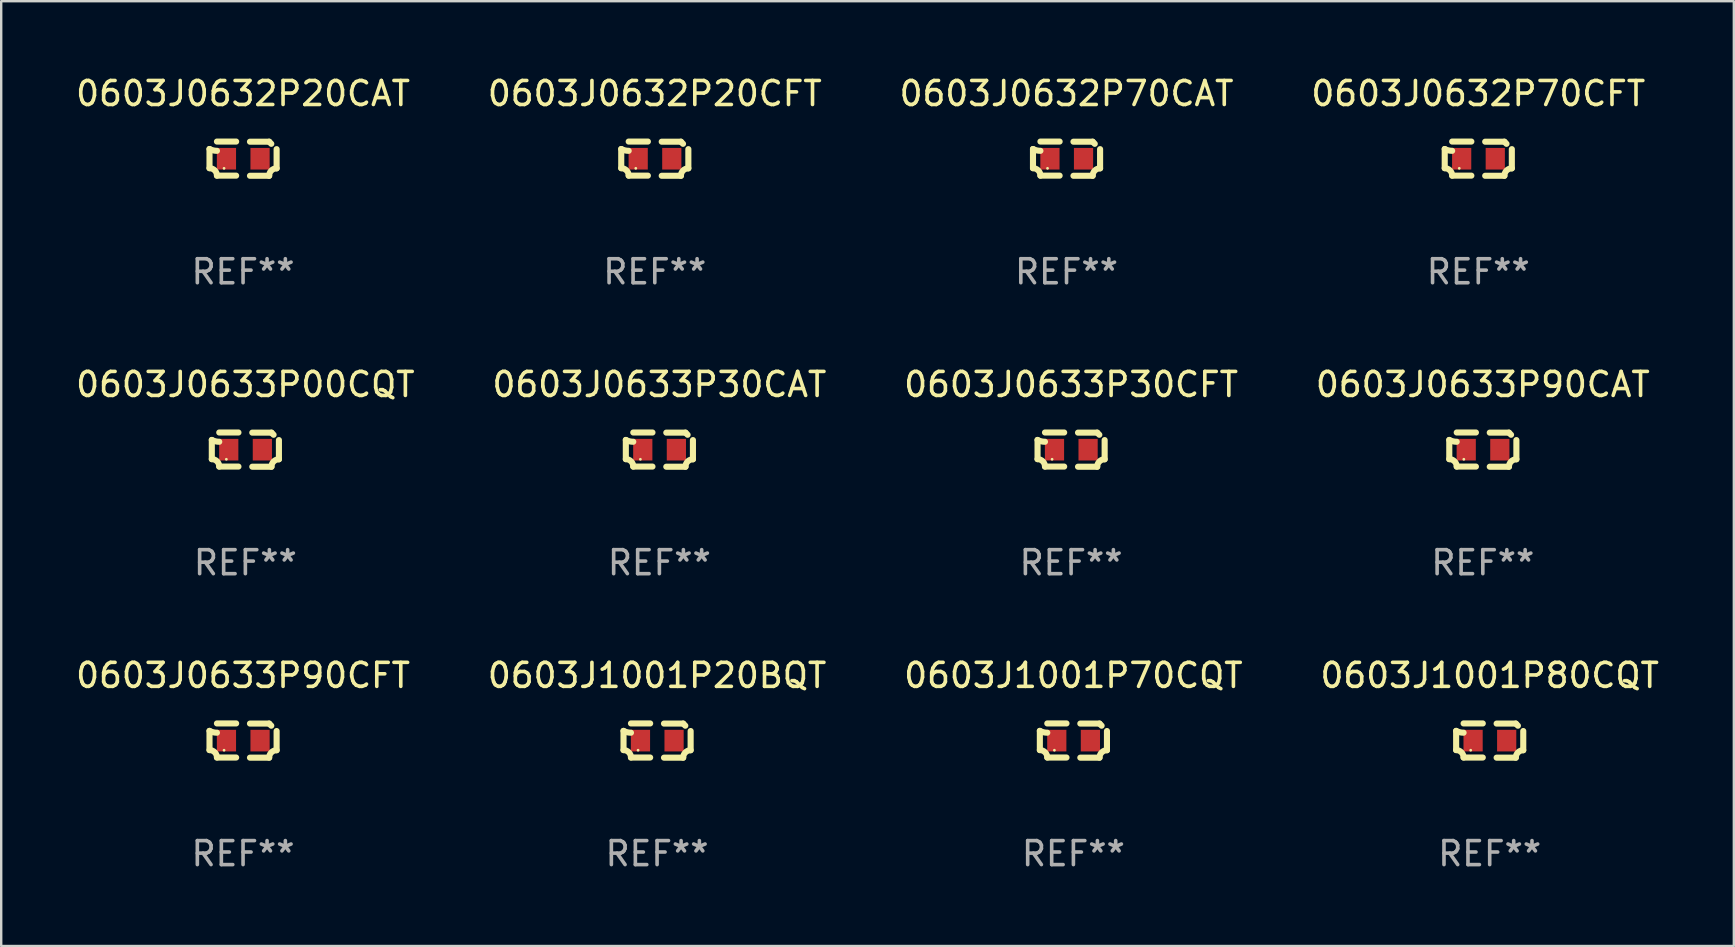
<source format=kicad_pcb>
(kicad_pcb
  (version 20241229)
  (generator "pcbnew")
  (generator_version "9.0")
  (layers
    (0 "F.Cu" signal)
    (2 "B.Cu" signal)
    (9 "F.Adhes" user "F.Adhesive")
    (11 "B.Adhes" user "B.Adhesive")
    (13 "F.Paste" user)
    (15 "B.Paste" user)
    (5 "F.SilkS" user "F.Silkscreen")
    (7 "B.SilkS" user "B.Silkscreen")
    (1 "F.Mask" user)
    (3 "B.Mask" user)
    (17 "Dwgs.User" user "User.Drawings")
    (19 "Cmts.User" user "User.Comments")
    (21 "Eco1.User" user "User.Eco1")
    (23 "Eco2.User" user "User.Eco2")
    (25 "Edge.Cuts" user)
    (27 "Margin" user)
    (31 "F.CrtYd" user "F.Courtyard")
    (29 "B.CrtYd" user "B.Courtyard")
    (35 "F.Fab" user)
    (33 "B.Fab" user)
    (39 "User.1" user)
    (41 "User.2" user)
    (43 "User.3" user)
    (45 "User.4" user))
  (footprint "0603J0633P90CFT"
    (layer "F.Cu")
    (at 7.077 27.805)
    (property "Reference" "0603J0633P90CFT" (at 0 -2.713 0) (layer "F.SilkS") (effects (font (size 1 1) (thickness 0.15))))
    (attr through_hole)
    (fp_line (start -1.398 -0.403) (end -1.398 0.397) (stroke (width 0.254) (type solid)) (layer "F.SilkS"))
    (fp_line (start -0.288 -0.713) (end -1.088 -0.713) (stroke (width 0.254) (type solid)) (layer "F.SilkS"))
    (fp_line (start -0.288 0.707) (end -1.088 0.707) (stroke (width 0.254) (type solid)) (layer "F.SilkS"))
    (fp_line (start 0.288 -0.707) (end 1.088 -0.707) (stroke (width 0.254) (type solid)) (layer "F.SilkS"))
    (fp_line (start 0.288 0.713) (end 1.088 0.713) (stroke (width 0.254) (type solid)) (layer "F.SilkS"))
    (fp_line (start 1.398 -0.397) (end 1.398 0.403) (stroke (width 0.254) (type solid)) (layer "F.SilkS"))
    (fp_arc (start -1.397789 0.397066) (mid -1.178701 0.487826) (end -1.08796 0.706922) (stroke (width 0.254001) (type solid)) (layer "F.SilkS"))
    (fp_arc (start -1.08796 -0.327176) (mid -1.247436 -0.346384) (end -1.39779 -0.402908) (stroke (width 0.254001) (type solid)) (layer "F.SilkS"))
    (fp_arc (start 1.087909 0.712738) (mid 1.178656 0.493655) (end 1.397739 0.402908) (stroke (width 0.254001) (type solid)) (layer "F.SilkS"))
    (fp_arc (start 1.175925 -0.618926) (mid 1.131917 -0.662923) (end 1.08791 -0.706922) (stroke (width 0.254001) (type solid)) (layer "F.SilkS"))
    (fp_circle (center -0.792 0.403) (end -0.762 0.403) (stroke (width 0.06) (type solid)) (fill no) (layer "F.SilkS"))
    (fp_text user "REF**" (at 0 4.713 0) (layer "F.Fab") (effects (font (size 1 1) (thickness 0.15))))
    (pad "1" smd rect (at -0.692 0.003) (size 0.8 0.9) (layers "F.Cu" "F.Mask" "F.Paste"))
    (pad "2" smd rect (at 0.708 0.003) (size 0.8 0.9) (layers "F.Cu" "F.Mask" "F.Paste")))
  (footprint "0603J0632P70CAT"
    (layer "F.Cu")
    (at 41.387 3.561)
    (property "Reference" "0603J0632P70CAT" (at 0 -2.713 0) (layer "F.SilkS") (effects (font (size 1 1) (thickness 0.15))))
    (attr through_hole)
    (fp_line (start -1.398 -0.403) (end -1.398 0.397) (stroke (width 0.254) (type solid)) (layer "F.SilkS"))
    (fp_line (start -0.288 -0.713) (end -1.088 -0.713) (stroke (width 0.254) (type solid)) (layer "F.SilkS"))
    (fp_line (start -0.288 0.707) (end -1.088 0.707) (stroke (width 0.254) (type solid)) (layer "F.SilkS"))
    (fp_line (start 0.288 -0.707) (end 1.088 -0.707) (stroke (width 0.254) (type solid)) (layer "F.SilkS"))
    (fp_line (start 0.288 0.713) (end 1.088 0.713) (stroke (width 0.254) (type solid)) (layer "F.SilkS"))
    (fp_line (start 1.398 -0.397) (end 1.398 0.403) (stroke (width 0.254) (type solid)) (layer "F.SilkS"))
    (fp_arc (start -1.397789 0.397066) (mid -1.178701 0.487826) (end -1.08796 0.706922) (stroke (width 0.254001) (type solid)) (layer "F.SilkS"))
    (fp_arc (start -1.08796 -0.327176) (mid -1.247436 -0.346384) (end -1.39779 -0.402908) (stroke (width 0.254001) (type solid)) (layer "F.SilkS"))
    (fp_arc (start 1.087909 0.712738) (mid 1.178656 0.493655) (end 1.397739 0.402908) (stroke (width 0.254001) (type solid)) (layer "F.SilkS"))
    (fp_arc (start 1.175925 -0.618926) (mid 1.131917 -0.662923) (end 1.08791 -0.706922) (stroke (width 0.254001) (type solid)) (layer "F.SilkS"))
    (fp_circle (center -0.792 0.403) (end -0.762 0.403) (stroke (width 0.06) (type solid)) (fill no) (layer "F.SilkS"))
    (fp_text user "REF**" (at 0 4.713 0) (layer "F.Fab") (effects (font (size 1 1) (thickness 0.15))))
    (pad "1" smd rect (at -0.692 0.003) (size 0.8 0.9) (layers "F.Cu" "F.Mask" "F.Paste"))
    (pad "2" smd rect (at 0.708 0.003) (size 0.8 0.9) (layers "F.Cu" "F.Mask" "F.Paste")))
  (footprint "0603J1001P80CQT"
    (layer "F.Cu")
    (at 59.018 27.805)
    (property "Reference" "0603J1001P80CQT" (at 0 -2.713 0) (layer "F.SilkS") (effects (font (size 1 1) (thickness 0.15))))
    (attr through_hole)
    (fp_line (start -1.398 -0.403) (end -1.398 0.397) (stroke (width 0.254) (type solid)) (layer "F.SilkS"))
    (fp_line (start -0.288 -0.713) (end -1.088 -0.713) (stroke (width 0.254) (type solid)) (layer "F.SilkS"))
    (fp_line (start -0.288 0.707) (end -1.088 0.707) (stroke (width 0.254) (type solid)) (layer "F.SilkS"))
    (fp_line (start 0.288 -0.707) (end 1.088 -0.707) (stroke (width 0.254) (type solid)) (layer "F.SilkS"))
    (fp_line (start 0.288 0.713) (end 1.088 0.713) (stroke (width 0.254) (type solid)) (layer "F.SilkS"))
    (fp_line (start 1.398 -0.397) (end 1.398 0.403) (stroke (width 0.254) (type solid)) (layer "F.SilkS"))
    (fp_arc (start -1.397789 0.397066) (mid -1.178701 0.487826) (end -1.08796 0.706922) (stroke (width 0.254001) (type solid)) (layer "F.SilkS"))
    (fp_arc (start -1.08796 -0.327176) (mid -1.247436 -0.346384) (end -1.39779 -0.402908) (stroke (width 0.254001) (type solid)) (layer "F.SilkS"))
    (fp_arc (start 1.087909 0.712738) (mid 1.178656 0.493655) (end 1.397739 0.402908) (stroke (width 0.254001) (type solid)) (layer "F.SilkS"))
    (fp_arc (start 1.175925 -0.618926) (mid 1.131917 -0.662923) (end 1.08791 -0.706922) (stroke (width 0.254001) (type solid)) (layer "F.SilkS"))
    (fp_circle (center -0.792 0.403) (end -0.762 0.403) (stroke (width 0.06) (type solid)) (fill no) (layer "F.SilkS"))
    (fp_text user "REF**" (at 0 4.713 0) (layer "F.Fab") (effects (font (size 1 1) (thickness 0.15))))
    (pad "1" smd rect (at -0.692 0.003) (size 0.8 0.9) (layers "F.Cu" "F.Mask" "F.Paste"))
    (pad "2" smd rect (at 0.708 0.003) (size 0.8 0.9) (layers "F.Cu" "F.Mask" "F.Paste")))
  (footprint "0603J0632P20CFT"
    (layer "F.Cu")
    (at 24.232 3.561)
    (property "Reference" "0603J0632P20CFT" (at 0 -2.713 0) (layer "F.SilkS") (effects (font (size 1 1) (thickness 0.15))))
    (attr through_hole)
    (fp_line (start -1.398 -0.403) (end -1.398 0.397) (stroke (width 0.254) (type solid)) (layer "F.SilkS"))
    (fp_line (start -0.288 -0.713) (end -1.088 -0.713) (stroke (width 0.254) (type solid)) (layer "F.SilkS"))
    (fp_line (start -0.288 0.707) (end -1.088 0.707) (stroke (width 0.254) (type solid)) (layer "F.SilkS"))
    (fp_line (start 0.288 -0.707) (end 1.088 -0.707) (stroke (width 0.254) (type solid)) (layer "F.SilkS"))
    (fp_line (start 0.288 0.713) (end 1.088 0.713) (stroke (width 0.254) (type solid)) (layer "F.SilkS"))
    (fp_line (start 1.398 -0.397) (end 1.398 0.403) (stroke (width 0.254) (type solid)) (layer "F.SilkS"))
    (fp_arc (start -1.397789 0.397066) (mid -1.178701 0.487826) (end -1.08796 0.706922) (stroke (width 0.254001) (type solid)) (layer "F.SilkS"))
    (fp_arc (start -1.08796 -0.327176) (mid -1.247436 -0.346384) (end -1.39779 -0.402908) (stroke (width 0.254001) (type solid)) (layer "F.SilkS"))
    (fp_arc (start 1.087909 0.712738) (mid 1.178656 0.493655) (end 1.397739 0.402908) (stroke (width 0.254001) (type solid)) (layer "F.SilkS"))
    (fp_arc (start 1.175925 -0.618926) (mid 1.131917 -0.662923) (end 1.08791 -0.706922) (stroke (width 0.254001) (type solid)) (layer "F.SilkS"))
    (fp_circle (center -0.792 0.403) (end -0.762 0.403) (stroke (width 0.06) (type solid)) (fill no) (layer "F.SilkS"))
    (fp_text user "REF**" (at 0 4.713 0) (layer "F.Fab") (effects (font (size 1 1) (thickness 0.15))))
    (pad "1" smd rect (at -0.692 0.003) (size 0.8 0.9) (layers "F.Cu" "F.Mask" "F.Paste"))
    (pad "2" smd rect (at 0.708 0.003) (size 0.8 0.9) (layers "F.Cu" "F.Mask" "F.Paste")))
  (footprint "0603J1001P20BQT"
    (layer "F.Cu")
    (at 24.327 27.805)
    (property "Reference" "0603J1001P20BQT" (at 0 -2.713 0) (layer "F.SilkS") (effects (font (size 1 1) (thickness 0.15))))
    (attr through_hole)
    (fp_line (start -1.398 -0.403) (end -1.398 0.397) (stroke (width 0.254) (type solid)) (layer "F.SilkS"))
    (fp_line (start -0.288 -0.713) (end -1.088 -0.713) (stroke (width 0.254) (type solid)) (layer "F.SilkS"))
    (fp_line (start -0.288 0.707) (end -1.088 0.707) (stroke (width 0.254) (type solid)) (layer "F.SilkS"))
    (fp_line (start 0.288 -0.707) (end 1.088 -0.707) (stroke (width 0.254) (type solid)) (layer "F.SilkS"))
    (fp_line (start 0.288 0.713) (end 1.088 0.713) (stroke (width 0.254) (type solid)) (layer "F.SilkS"))
    (fp_line (start 1.398 -0.397) (end 1.398 0.403) (stroke (width 0.254) (type solid)) (layer "F.SilkS"))
    (fp_arc (start -1.397789 0.397066) (mid -1.178701 0.487826) (end -1.08796 0.706922) (stroke (width 0.254001) (type solid)) (layer "F.SilkS"))
    (fp_arc (start -1.08796 -0.327176) (mid -1.247436 -0.346384) (end -1.39779 -0.402908) (stroke (width 0.254001) (type solid)) (layer "F.SilkS"))
    (fp_arc (start 1.087909 0.712738) (mid 1.178656 0.493655) (end 1.397739 0.402908) (stroke (width 0.254001) (type solid)) (layer "F.SilkS"))
    (fp_arc (start 1.175925 -0.618926) (mid 1.131917 -0.662923) (end 1.08791 -0.706922) (stroke (width 0.254001) (type solid)) (layer "F.SilkS"))
    (fp_circle (center -0.792 0.403) (end -0.762 0.403) (stroke (width 0.06) (type solid)) (fill no) (layer "F.SilkS"))
    (fp_text user "REF**" (at 0 4.713 0) (layer "F.Fab") (effects (font (size 1 1) (thickness 0.15))))
    (pad "1" smd rect (at -0.692 0.003) (size 0.8 0.9) (layers "F.Cu" "F.Mask" "F.Paste"))
    (pad "2" smd rect (at 0.708 0.003) (size 0.8 0.9) (layers "F.Cu" "F.Mask" "F.Paste")))
  (footprint "0603J0633P00CQT"
    (layer "F.Cu")
    (at 7.173 15.683)
    (property "Reference" "0603J0633P00CQT" (at 0 -2.713 0) (layer "F.SilkS") (effects (font (size 1 1) (thickness 0.15))))
    (attr through_hole)
    (fp_line (start -1.398 -0.403) (end -1.398 0.397) (stroke (width 0.254) (type solid)) (layer "F.SilkS"))
    (fp_line (start -0.288 -0.713) (end -1.088 -0.713) (stroke (width 0.254) (type solid)) (layer "F.SilkS"))
    (fp_line (start -0.288 0.707) (end -1.088 0.707) (stroke (width 0.254) (type solid)) (layer "F.SilkS"))
    (fp_line (start 0.288 -0.707) (end 1.088 -0.707) (stroke (width 0.254) (type solid)) (layer "F.SilkS"))
    (fp_line (start 0.288 0.713) (end 1.088 0.713) (stroke (width 0.254) (type solid)) (layer "F.SilkS"))
    (fp_line (start 1.398 -0.397) (end 1.398 0.403) (stroke (width 0.254) (type solid)) (layer "F.SilkS"))
    (fp_arc (start -1.397789 0.397066) (mid -1.178701 0.487826) (end -1.08796 0.706922) (stroke (width 0.254001) (type solid)) (layer "F.SilkS"))
    (fp_arc (start -1.08796 -0.327176) (mid -1.247436 -0.346384) (end -1.39779 -0.402908) (stroke (width 0.254001) (type solid)) (layer "F.SilkS"))
    (fp_arc (start 1.087909 0.712738) (mid 1.178656 0.493655) (end 1.397739 0.402908) (stroke (width 0.254001) (type solid)) (layer "F.SilkS"))
    (fp_arc (start 1.175925 -0.618926) (mid 1.131917 -0.662923) (end 1.08791 -0.706922) (stroke (width 0.254001) (type solid)) (layer "F.SilkS"))
    (fp_circle (center -0.792 0.403) (end -0.762 0.403) (stroke (width 0.06) (type solid)) (fill no) (layer "F.SilkS"))
    (fp_text user "REF**" (at 0 4.713 0) (layer "F.Fab") (effects (font (size 1 1) (thickness 0.15))))
    (pad "1" smd rect (at -0.692 0.003) (size 0.8 0.9) (layers "F.Cu" "F.Mask" "F.Paste"))
    (pad "2" smd rect (at 0.708 0.003) (size 0.8 0.9) (layers "F.Cu" "F.Mask" "F.Paste")))
  (footprint "0603J0633P90CAT"
    (layer "F.Cu")
    (at 58.732 15.683)
    (property "Reference" "0603J0633P90CAT" (at 0 -2.713 0) (layer "F.SilkS") (effects (font (size 1 1) (thickness 0.15))))
    (attr through_hole)
    (fp_line (start -1.398 -0.403) (end -1.398 0.397) (stroke (width 0.254) (type solid)) (layer "F.SilkS"))
    (fp_line (start -0.288 -0.713) (end -1.088 -0.713) (stroke (width 0.254) (type solid)) (layer "F.SilkS"))
    (fp_line (start -0.288 0.707) (end -1.088 0.707) (stroke (width 0.254) (type solid)) (layer "F.SilkS"))
    (fp_line (start 0.288 -0.707) (end 1.088 -0.707) (stroke (width 0.254) (type solid)) (layer "F.SilkS"))
    (fp_line (start 0.288 0.713) (end 1.088 0.713) (stroke (width 0.254) (type solid)) (layer "F.SilkS"))
    (fp_line (start 1.398 -0.397) (end 1.398 0.403) (stroke (width 0.254) (type solid)) (layer "F.SilkS"))
    (fp_arc (start -1.397789 0.397066) (mid -1.178701 0.487826) (end -1.08796 0.706922) (stroke (width 0.254001) (type solid)) (layer "F.SilkS"))
    (fp_arc (start -1.08796 -0.327176) (mid -1.247436 -0.346384) (end -1.39779 -0.402908) (stroke (width 0.254001) (type solid)) (layer "F.SilkS"))
    (fp_arc (start 1.087909 0.712738) (mid 1.178656 0.493655) (end 1.397739 0.402908) (stroke (width 0.254001) (type solid)) (layer "F.SilkS"))
    (fp_arc (start 1.175925 -0.618926) (mid 1.131917 -0.662923) (end 1.08791 -0.706922) (stroke (width 0.254001) (type solid)) (layer "F.SilkS"))
    (fp_circle (center -0.792 0.403) (end -0.762 0.403) (stroke (width 0.06) (type solid)) (fill no) (layer "F.SilkS"))
    (fp_text user "REF**" (at 0 4.713 0) (layer "F.Fab") (effects (font (size 1 1) (thickness 0.15))))
    (pad "1" smd rect (at -0.692 0.003) (size 0.8 0.9) (layers "F.Cu" "F.Mask" "F.Paste"))
    (pad "2" smd rect (at 0.708 0.003) (size 0.8 0.9) (layers "F.Cu" "F.Mask" "F.Paste")))
  (footprint "0603J0632P70CFT"
    (layer "F.Cu")
    (at 58.542 3.561)
    (property "Reference" "0603J0632P70CFT" (at 0 -2.713 0) (layer "F.SilkS") (effects (font (size 1 1) (thickness 0.15))))
    (attr through_hole)
    (fp_line (start -1.398 -0.403) (end -1.398 0.397) (stroke (width 0.254) (type solid)) (layer "F.SilkS"))
    (fp_line (start -0.288 -0.713) (end -1.088 -0.713) (stroke (width 0.254) (type solid)) (layer "F.SilkS"))
    (fp_line (start -0.288 0.707) (end -1.088 0.707) (stroke (width 0.254) (type solid)) (layer "F.SilkS"))
    (fp_line (start 0.288 -0.707) (end 1.088 -0.707) (stroke (width 0.254) (type solid)) (layer "F.SilkS"))
    (fp_line (start 0.288 0.713) (end 1.088 0.713) (stroke (width 0.254) (type solid)) (layer "F.SilkS"))
    (fp_line (start 1.398 -0.397) (end 1.398 0.403) (stroke (width 0.254) (type solid)) (layer "F.SilkS"))
    (fp_arc (start -1.397789 0.397066) (mid -1.178701 0.487826) (end -1.08796 0.706922) (stroke (width 0.254001) (type solid)) (layer "F.SilkS"))
    (fp_arc (start -1.08796 -0.327176) (mid -1.247436 -0.346384) (end -1.39779 -0.402908) (stroke (width 0.254001) (type solid)) (layer "F.SilkS"))
    (fp_arc (start 1.087909 0.712738) (mid 1.178656 0.493655) (end 1.397739 0.402908) (stroke (width 0.254001) (type solid)) (layer "F.SilkS"))
    (fp_arc (start 1.175925 -0.618926) (mid 1.131917 -0.662923) (end 1.08791 -0.706922) (stroke (width 0.254001) (type solid)) (layer "F.SilkS"))
    (fp_circle (center -0.792 0.403) (end -0.762 0.403) (stroke (width 0.06) (type solid)) (fill no) (layer "F.SilkS"))
    (fp_text user "REF**" (at 0 4.713 0) (layer "F.Fab") (effects (font (size 1 1) (thickness 0.15))))
    (pad "1" smd rect (at -0.692 0.003) (size 0.8 0.9) (layers "F.Cu" "F.Mask" "F.Paste"))
    (pad "2" smd rect (at 0.708 0.003) (size 0.8 0.9) (layers "F.Cu" "F.Mask" "F.Paste")))
  (footprint "0603J0632P20CAT"
    (layer "F.Cu")
    (at 7.077 3.561)
    (property "Reference" "0603J0632P20CAT" (at 0 -2.713 0) (layer "F.SilkS") (effects (font (size 1 1) (thickness 0.15))))
    (attr through_hole)
    (fp_line (start -1.398 -0.403) (end -1.398 0.397) (stroke (width 0.254) (type solid)) (layer "F.SilkS"))
    (fp_line (start -0.288 -0.713) (end -1.088 -0.713) (stroke (width 0.254) (type solid)) (layer "F.SilkS"))
    (fp_line (start -0.288 0.707) (end -1.088 0.707) (stroke (width 0.254) (type solid)) (layer "F.SilkS"))
    (fp_line (start 0.288 -0.707) (end 1.088 -0.707) (stroke (width 0.254) (type solid)) (layer "F.SilkS"))
    (fp_line (start 0.288 0.713) (end 1.088 0.713) (stroke (width 0.254) (type solid)) (layer "F.SilkS"))
    (fp_line (start 1.398 -0.397) (end 1.398 0.403) (stroke (width 0.254) (type solid)) (layer "F.SilkS"))
    (fp_arc (start -1.397789 0.397066) (mid -1.178701 0.487826) (end -1.08796 0.706922) (stroke (width 0.254001) (type solid)) (layer "F.SilkS"))
    (fp_arc (start -1.08796 -0.327176) (mid -1.247436 -0.346384) (end -1.39779 -0.402908) (stroke (width 0.254001) (type solid)) (layer "F.SilkS"))
    (fp_arc (start 1.087909 0.712738) (mid 1.178656 0.493655) (end 1.397739 0.402908) (stroke (width 0.254001) (type solid)) (layer "F.SilkS"))
    (fp_arc (start 1.175925 -0.618926) (mid 1.131917 -0.662923) (end 1.08791 -0.706922) (stroke (width 0.254001) (type solid)) (layer "F.SilkS"))
    (fp_circle (center -0.792 0.403) (end -0.762 0.403) (stroke (width 0.06) (type solid)) (fill no) (layer "F.SilkS"))
    (fp_text user "REF**" (at 0 4.713 0) (layer "F.Fab") (effects (font (size 1 1) (thickness 0.15))))
    (pad "1" smd rect (at -0.692 0.003) (size 0.8 0.9) (layers "F.Cu" "F.Mask" "F.Paste"))
    (pad "2" smd rect (at 0.708 0.003) (size 0.8 0.9) (layers "F.Cu" "F.Mask" "F.Paste")))
  (footprint "0603J0633P30CFT"
    (layer "F.Cu")
    (at 41.577 15.683)
    (property "Reference" "0603J0633P30CFT" (at 0 -2.713 0) (layer "F.SilkS") (effects (font (size 1 1) (thickness 0.15))))
    (attr through_hole)
    (fp_line (start -1.398 -0.403) (end -1.398 0.397) (stroke (width 0.254) (type solid)) (layer "F.SilkS"))
    (fp_line (start -0.288 -0.713) (end -1.088 -0.713) (stroke (width 0.254) (type solid)) (layer "F.SilkS"))
    (fp_line (start -0.288 0.707) (end -1.088 0.707) (stroke (width 0.254) (type solid)) (layer "F.SilkS"))
    (fp_line (start 0.288 -0.707) (end 1.088 -0.707) (stroke (width 0.254) (type solid)) (layer "F.SilkS"))
    (fp_line (start 0.288 0.713) (end 1.088 0.713) (stroke (width 0.254) (type solid)) (layer "F.SilkS"))
    (fp_line (start 1.398 -0.397) (end 1.398 0.403) (stroke (width 0.254) (type solid)) (layer "F.SilkS"))
    (fp_arc (start -1.397789 0.397066) (mid -1.178701 0.487826) (end -1.08796 0.706922) (stroke (width 0.254001) (type solid)) (layer "F.SilkS"))
    (fp_arc (start -1.08796 -0.327176) (mid -1.247436 -0.346384) (end -1.39779 -0.402908) (stroke (width 0.254001) (type solid)) (layer "F.SilkS"))
    (fp_arc (start 1.087909 0.712738) (mid 1.178656 0.493655) (end 1.397739 0.402908) (stroke (width 0.254001) (type solid)) (layer "F.SilkS"))
    (fp_arc (start 1.175925 -0.618926) (mid 1.131917 -0.662923) (end 1.08791 -0.706922) (stroke (width 0.254001) (type solid)) (layer "F.SilkS"))
    (fp_circle (center -0.792 0.403) (end -0.762 0.403) (stroke (width 0.06) (type solid)) (fill no) (layer "F.SilkS"))
    (fp_text user "REF**" (at 0 4.713 0) (layer "F.Fab") (effects (font (size 1 1) (thickness 0.15))))
    (pad "1" smd rect (at -0.692 0.003) (size 0.8 0.9) (layers "F.Cu" "F.Mask" "F.Paste"))
    (pad "2" smd rect (at 0.708 0.003) (size 0.8 0.9) (layers "F.Cu" "F.Mask" "F.Paste")))
  (footprint "0603J0633P30CAT"
    (layer "F.Cu")
    (at 24.423 15.683)
    (property "Reference" "0603J0633P30CAT" (at 0 -2.713 0) (layer "F.SilkS") (effects (font (size 1 1) (thickness 0.15))))
    (attr through_hole)
    (fp_line (start -1.398 -0.403) (end -1.398 0.397) (stroke (width 0.254) (type solid)) (layer "F.SilkS"))
    (fp_line (start -0.288 -0.713) (end -1.088 -0.713) (stroke (width 0.254) (type solid)) (layer "F.SilkS"))
    (fp_line (start -0.288 0.707) (end -1.088 0.707) (stroke (width 0.254) (type solid)) (layer "F.SilkS"))
    (fp_line (start 0.288 -0.707) (end 1.088 -0.707) (stroke (width 0.254) (type solid)) (layer "F.SilkS"))
    (fp_line (start 0.288 0.713) (end 1.088 0.713) (stroke (width 0.254) (type solid)) (layer "F.SilkS"))
    (fp_line (start 1.398 -0.397) (end 1.398 0.403) (stroke (width 0.254) (type solid)) (layer "F.SilkS"))
    (fp_arc (start -1.397789 0.397066) (mid -1.178701 0.487826) (end -1.08796 0.706922) (stroke (width 0.254001) (type solid)) (layer "F.SilkS"))
    (fp_arc (start -1.08796 -0.327176) (mid -1.247436 -0.346384) (end -1.39779 -0.402908) (stroke (width 0.254001) (type solid)) (layer "F.SilkS"))
    (fp_arc (start 1.087909 0.712738) (mid 1.178656 0.493655) (end 1.397739 0.402908) (stroke (width 0.254001) (type solid)) (layer "F.SilkS"))
    (fp_arc (start 1.175925 -0.618926) (mid 1.131917 -0.662923) (end 1.08791 -0.706922) (stroke (width 0.254001) (type solid)) (layer "F.SilkS"))
    (fp_circle (center -0.792 0.403) (end -0.762 0.403) (stroke (width 0.06) (type solid)) (fill no) (layer "F.SilkS"))
    (fp_text user "REF**" (at 0 4.713 0) (layer "F.Fab") (effects (font (size 1 1) (thickness 0.15))))
    (pad "1" smd rect (at -0.692 0.003) (size 0.8 0.9) (layers "F.Cu" "F.Mask" "F.Paste"))
    (pad "2" smd rect (at 0.708 0.003) (size 0.8 0.9) (layers "F.Cu" "F.Mask" "F.Paste")))
  (footprint "0603J1001P70CQT"
    (layer "F.Cu")
    (at 41.673 27.805)
    (property "Reference" "0603J1001P70CQT" (at 0 -2.713 0) (layer "F.SilkS") (effects (font (size 1 1) (thickness 0.15))))
    (attr through_hole)
    (fp_line (start -1.398 -0.403) (end -1.398 0.397) (stroke (width 0.254) (type solid)) (layer "F.SilkS"))
    (fp_line (start -0.288 -0.713) (end -1.088 -0.713) (stroke (width 0.254) (type solid)) (layer "F.SilkS"))
    (fp_line (start -0.288 0.707) (end -1.088 0.707) (stroke (width 0.254) (type solid)) (layer "F.SilkS"))
    (fp_line (start 0.288 -0.707) (end 1.088 -0.707) (stroke (width 0.254) (type solid)) (layer "F.SilkS"))
    (fp_line (start 0.288 0.713) (end 1.088 0.713) (stroke (width 0.254) (type solid)) (layer "F.SilkS"))
    (fp_line (start 1.398 -0.397) (end 1.398 0.403) (stroke (width 0.254) (type solid)) (layer "F.SilkS"))
    (fp_arc (start -1.397789 0.397066) (mid -1.178701 0.487826) (end -1.08796 0.706922) (stroke (width 0.254001) (type solid)) (layer "F.SilkS"))
    (fp_arc (start -1.08796 -0.327176) (mid -1.247436 -0.346384) (end -1.39779 -0.402908) (stroke (width 0.254001) (type solid)) (layer "F.SilkS"))
    (fp_arc (start 1.087909 0.712738) (mid 1.178656 0.493655) (end 1.397739 0.402908) (stroke (width 0.254001) (type solid)) (layer "F.SilkS"))
    (fp_arc (start 1.175925 -0.618926) (mid 1.131917 -0.662923) (end 1.08791 -0.706922) (stroke (width 0.254001) (type solid)) (layer "F.SilkS"))
    (fp_circle (center -0.792 0.403) (end -0.762 0.403) (stroke (width 0.06) (type solid)) (fill no) (layer "F.SilkS"))
    (fp_text user "REF**" (at 0 4.713 0) (layer "F.Fab") (effects (font (size 1 1) (thickness 0.15))))
    (pad "1" smd rect (at -0.692 0.003) (size 0.8 0.9) (layers "F.Cu" "F.Mask" "F.Paste"))
    (pad "2" smd rect (at 0.708 0.003) (size 0.8 0.9) (layers "F.Cu" "F.Mask" "F.Paste")))
  (gr_rect
    (start -3 -3)
    (end 69.19 36.366)
    (stroke (width 0.1) (type default))
    (fill no)
    (layer "Edge.Cuts")))
</source>
